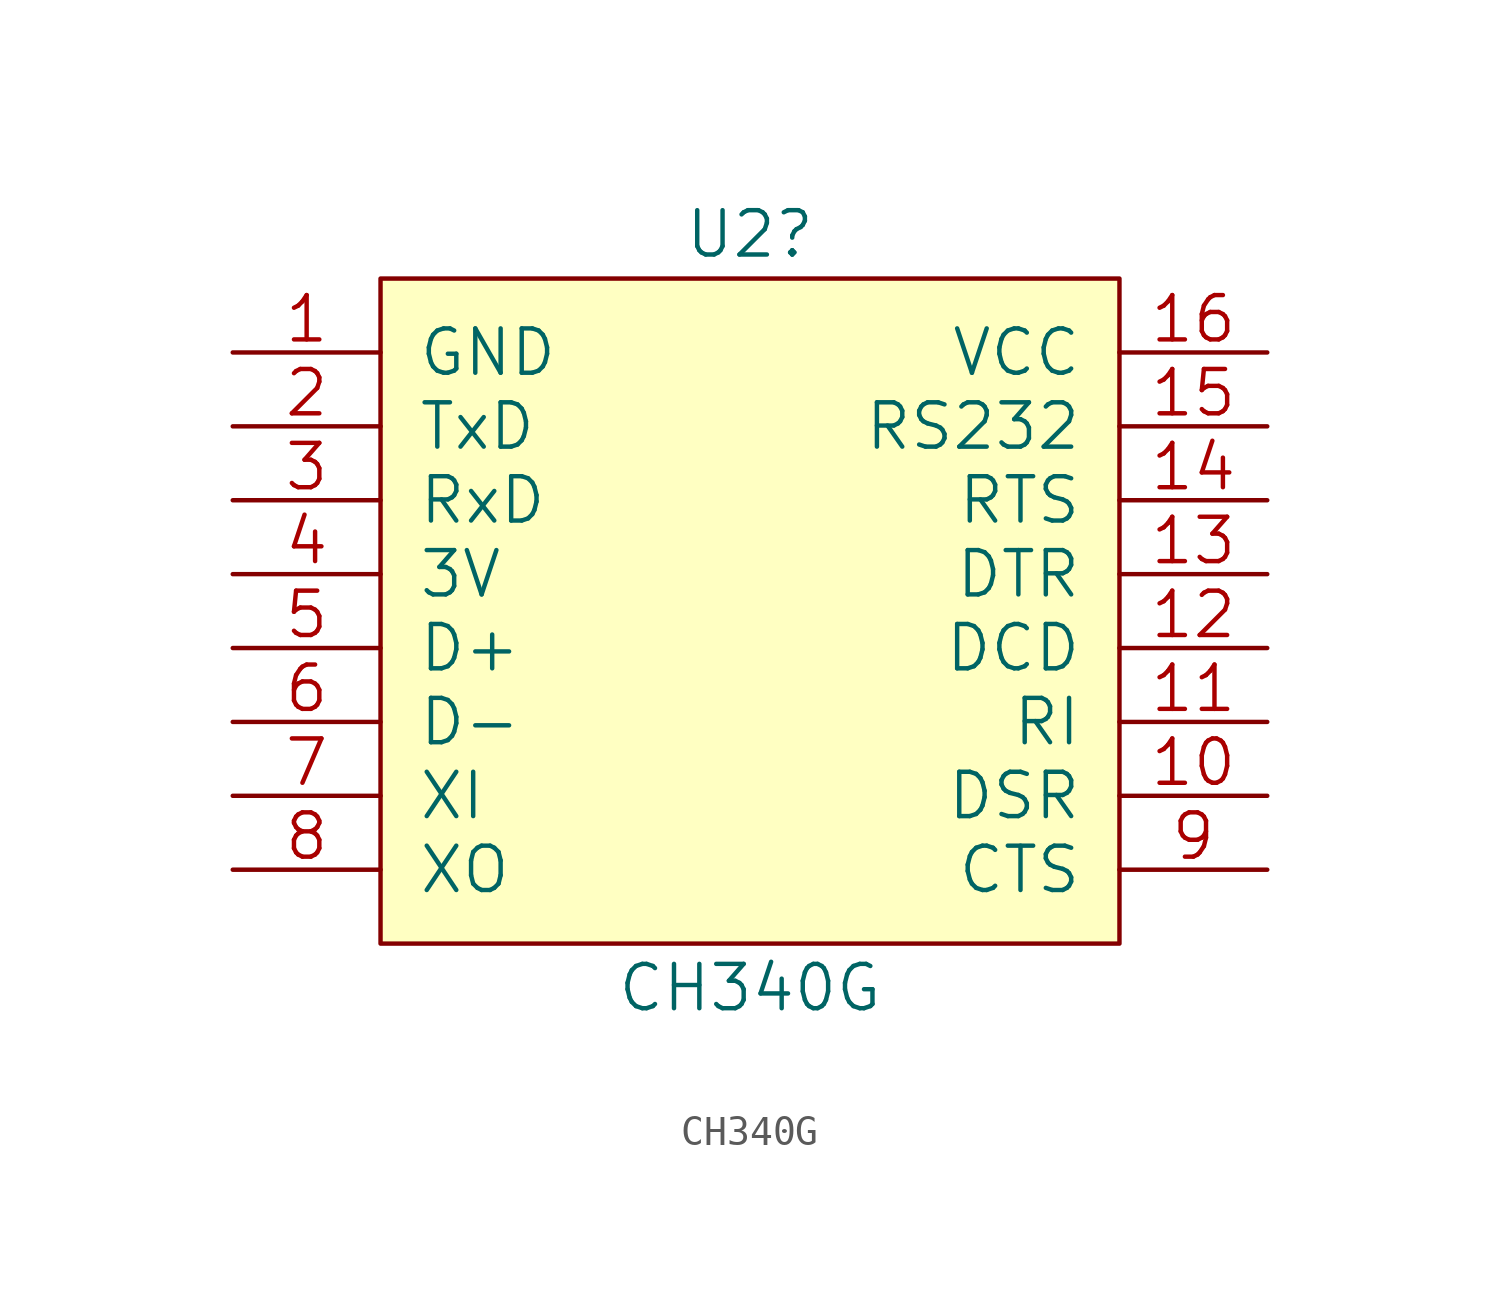
<source format=kicad_sym>
(kicad_symbol_lib
  (version 20241209)
  (generator "kicad_symbol_editor")
  (generator_version "9.0")
  (symbol "CH340G"
    (pin_names
      (offset 1.27))
    (property "Reference" "U2"
      (at 0 14.224 0)
      (effects (font (size 1.524 1.524))))
    (property "Value" "CH340G"
      (at 0 -11.684 0)
      (effects (font (size 1.524 1.524))))
    (property "Datasheet" ""
      (at 0 0 0)
      (effects (font (size 1.524 1.524))))
    (property "Description" ""
      (at 0 0 0)
      (effects (font (size 1.27 1.27))))
    (symbol "CH340G_1_1"
      (rectangle (start -12.7 -10.16) (end 12.7 12.7) (stroke (width 0) (type solid)) (fill (type background)))
      (pin power_in line (at -17.78 10.16 0) (length 5.08) (name "GND" (effects (font (size 1.524 1.524)))) (number "1" (effects (font (size 1.524 1.524)))))
      (pin output line (at -17.78 7.62 0) (length 5.08) (name "TxD" (effects (font (size 1.524 1.524)))) (number "2" (effects (font (size 1.524 1.524)))))
      (pin input line (at -17.78 5.08 0) (length 5.08) (name "RxD" (effects (font (size 1.524 1.524)))) (number "3" (effects (font (size 1.524 1.524)))))
      (pin power_out line (at -17.78 2.54 0) (length 5.08) (name "3V" (effects (font (size 1.524 1.524)))) (number "4" (effects (font (size 1.524 1.524)))))
      (pin bidirectional line (at -17.78 0 0) (length 5.08) (name "D+" (effects (font (size 1.524 1.524)))) (number "5" (effects (font (size 1.524 1.524)))))
      (pin bidirectional line (at -17.78 -2.54 0) (length 5.08) (name "D-" (effects (font (size 1.524 1.524)))) (number "6" (effects (font (size 1.524 1.524)))))
      (pin input line (at -17.78 -5.08 0) (length 5.08) (name "XI" (effects (font (size 1.524 1.524)))) (number "7" (effects (font (size 1.524 1.524)))))
      (pin output line (at -17.78 -7.62 0) (length 5.08) (name "XO" (effects (font (size 1.524 1.524)))) (number "8" (effects (font (size 1.524 1.524)))))
      (pin power_in line (at 17.78 10.16 180) (length 5.08) (name "VCC" (effects (font (size 1.524 1.524)))) (number "16" (effects (font (size 1.524 1.524)))))
      (pin input line (at 17.78 7.62 180) (length 5.08) (name "RS232" (effects (font (size 1.524 1.524)))) (number "15" (effects (font (size 1.524 1.524)))))
      (pin output line (at 17.78 5.08 180) (length 5.08) (name "RTS" (effects (font (size 1.524 1.524)))) (number "14" (effects (font (size 1.524 1.524)))))
      (pin output line (at 17.78 2.54 180) (length 5.08) (name "DTR" (effects (font (size 1.524 1.524)))) (number "13" (effects (font (size 1.524 1.524)))))
      (pin input line (at 17.78 0 180) (length 5.08) (name "DCD" (effects (font (size 1.524 1.524)))) (number "12" (effects (font (size 1.524 1.524)))))
      (pin input line (at 17.78 -2.54 180) (length 5.08) (name "RI" (effects (font (size 1.524 1.524)))) (number "11" (effects (font (size 1.524 1.524)))))
      (pin input line (at 17.78 -5.08 180) (length 5.08) (name "DSR" (effects (font (size 1.524 1.524)))) (number "10" (effects (font (size 1.524 1.524)))))
      (pin input line (at 17.78 -7.62 180) (length 5.08) (name "CTS" (effects (font (size 1.524 1.524)))) (number "9" (effects (font (size 1.524 1.524))))))))
</source>
